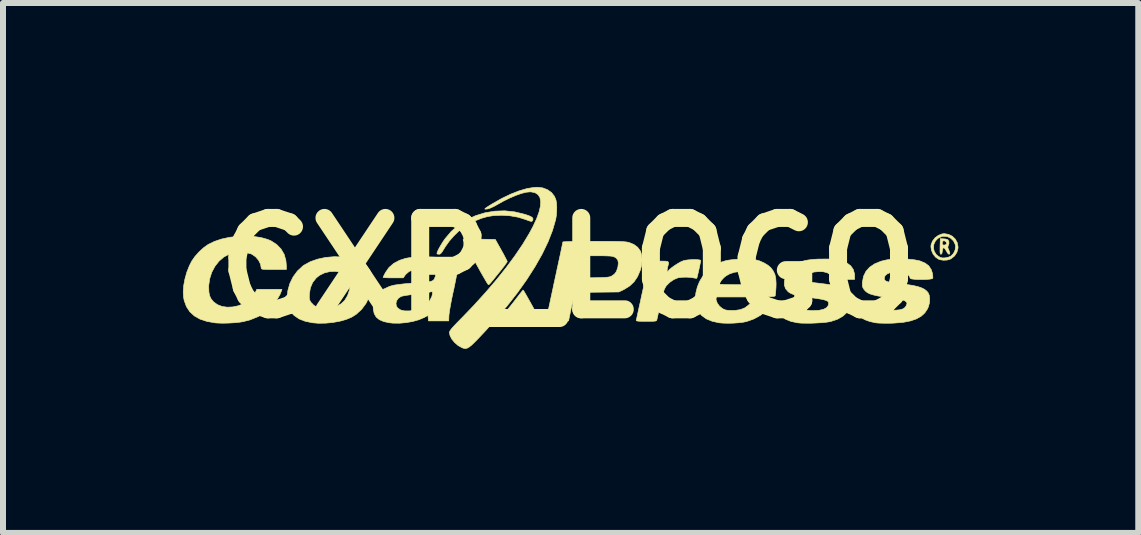
<source format=kicad_pcb>
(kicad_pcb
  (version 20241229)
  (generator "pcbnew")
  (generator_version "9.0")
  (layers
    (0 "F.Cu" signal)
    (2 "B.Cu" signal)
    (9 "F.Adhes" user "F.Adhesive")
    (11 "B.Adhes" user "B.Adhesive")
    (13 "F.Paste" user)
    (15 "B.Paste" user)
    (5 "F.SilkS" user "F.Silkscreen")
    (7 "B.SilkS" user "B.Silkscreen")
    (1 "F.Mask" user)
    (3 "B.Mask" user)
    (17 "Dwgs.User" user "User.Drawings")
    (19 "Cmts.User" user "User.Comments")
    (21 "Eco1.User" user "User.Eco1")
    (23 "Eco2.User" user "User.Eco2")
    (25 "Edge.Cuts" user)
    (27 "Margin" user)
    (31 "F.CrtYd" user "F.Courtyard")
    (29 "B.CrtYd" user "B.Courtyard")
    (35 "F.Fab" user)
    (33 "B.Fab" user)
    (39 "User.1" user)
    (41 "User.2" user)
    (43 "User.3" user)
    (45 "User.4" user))
  (footprint "CXP_LOGO"
    (layer "F.Cu")
    (at 6.424 1.418)
    (property "Reference" "CXP_LOGO" (at 0 0 0) (layer "F.SilkS") (effects (font (size 1.524 1.524) (thickness 0.3))))
    (attr through_hole)
    (fp_poly (pts (xy -0.743 0.379) (xy -0.725 0.409) (xy -0.7 0.452) (xy -0.669 0.507) (xy -0.634 0.569) (xy -0.598 0.634) (xy -0.563 0.698) (xy -0.531 0.757) (xy -0.504 0.808) (xy -0.484 0.847) (xy -0.473 0.87) (xy -0.472 0.873) (xy -0.476 0.878) (xy -0.491 0.883) (xy -0.521 0.886) (xy -0.569 0.888) (xy -0.636 0.889) (xy -0.726 0.889) (xy -0.734 0.889) (xy -1.001 0.889) (xy -1.034 0.833) (xy -1.053 0.799) (xy -1.065 0.775) (xy -1.067 0.769) (xy -1.059 0.756) (xy -1.039 0.729) (xy -1.009 0.691) (xy -0.986 0.663) (xy -0.94 0.606) (xy -0.889 0.541) (xy -0.842 0.48) (xy -0.832 0.467) (xy -0.8 0.425) (xy -0.773 0.392) (xy -0.756 0.372) (xy -0.751 0.369) (xy -0.743 0.379)) (stroke (width 0.01) (type solid)) (fill yes) (layer "F.SilkS"))
    (fp_poly (pts (xy -1.512 -0.48) (xy -1.484 -0.48) (xy -1.216 -0.476) (xy -1.116 -0.298) (xy -1.082 -0.237) (xy -1.054 -0.184) (xy -1.032 -0.141) (xy -1.019 -0.115) (xy -1.016 -0.107) (xy -1.024 -0.093) (xy -1.045 -0.063) (xy -1.076 -0.021) (xy -1.115 0.029) (xy -1.133 0.052) (xy -1.193 0.126) (xy -1.238 0.182) (xy -1.272 0.223) (xy -1.296 0.251) (xy -1.312 0.268) (xy -1.323 0.277) (xy -1.33 0.279) (xy -1.33 0.279) (xy -1.339 0.269) (xy -1.359 0.239) (xy -1.386 0.193) (xy -1.421 0.133) (xy -1.461 0.063) (xy -1.493 0.005) (xy -1.539 -0.078) (xy -1.584 -0.159) (xy -1.625 -0.234) (xy -1.661 -0.298) (xy -1.688 -0.348) (xy -1.698 -0.366) (xy -1.723 -0.411) (xy -1.741 -0.447) (xy -1.751 -0.47) (xy -1.752 -0.473) (xy -1.74 -0.476) (xy -1.707 -0.478) (xy -1.655 -0.48) (xy -1.589 -0.48) (xy -1.512 -0.48)) (stroke (width 0.01) (type solid)) (fill yes) (layer "F.SilkS"))
    (fp_poly (pts (xy 6.259 -0.486) (xy 6.297 -0.482) (xy 6.327 -0.472) (xy 6.332 -0.469) (xy 6.347 -0.442) (xy 6.348 -0.405) (xy 6.336 -0.371) (xy 6.329 -0.347) (xy 6.337 -0.318) (xy 6.342 -0.308) (xy 6.356 -0.275) (xy 6.363 -0.25) (xy 6.363 -0.248) (xy 6.357 -0.23) (xy 6.343 -0.231) (xy 6.324 -0.25) (xy 6.305 -0.283) (xy 6.287 -0.315) (xy 6.268 -0.334) (xy 6.261 -0.337) (xy 6.247 -0.327) (xy 6.239 -0.295) (xy 6.238 -0.283) (xy 6.232 -0.245) (xy 6.219 -0.229) (xy 6.215 -0.229) (xy 6.207 -0.233) (xy 6.202 -0.247) (xy 6.199 -0.277) (xy 6.2 -0.325) (xy 6.2 -0.359) (xy 6.202 -0.413) (xy 6.236 -0.413) (xy 6.241 -0.389) (xy 6.261 -0.381) (xy 6.268 -0.381) (xy 6.295 -0.388) (xy 6.308 -0.401) (xy 6.306 -0.426) (xy 6.288 -0.446) (xy 6.264 -0.455) (xy 6.256 -0.453) (xy 6.24 -0.436) (xy 6.236 -0.413) (xy 6.202 -0.413) (xy 6.204 -0.489) (xy 6.259 -0.486)) (stroke (width 0.01) (type solid)) (fill yes) (layer "F.SilkS"))
    (fp_poly (pts (xy -0.891 -0.935) (xy -0.726 -0.895) (xy -0.662 -0.874) (xy -0.62 -0.855) (xy -0.596 -0.838) (xy -0.587 -0.82) (xy -0.59 -0.802) (xy -0.597 -0.785) (xy -0.609 -0.777) (xy -0.629 -0.779) (xy -0.664 -0.79) (xy -0.708 -0.807) (xy -0.832 -0.846) (xy -0.968 -0.87) (xy -1.109 -0.879) (xy -1.246 -0.873) (xy -1.346 -0.857) (xy -1.447 -0.828) (xy -1.552 -0.786) (xy -1.653 -0.738) (xy -1.739 -0.685) (xy -1.743 -0.682) (xy -1.823 -0.617) (xy -1.905 -0.537) (xy -1.982 -0.449) (xy -2.045 -0.361) (xy -2.066 -0.328) (xy -2.096 -0.278) (xy -2.119 -0.247) (xy -2.138 -0.232) (xy -2.152 -0.229) (xy -2.178 -0.232) (xy -2.188 -0.236) (xy -2.187 -0.252) (xy -2.175 -0.284) (xy -2.153 -0.328) (xy -2.124 -0.379) (xy -2.091 -0.432) (xy -2.056 -0.484) (xy -2.056 -0.484) (xy -1.95 -0.609) (xy -1.827 -0.716) (xy -1.691 -0.804) (xy -1.544 -0.872) (xy -1.388 -0.92) (xy -1.225 -0.947) (xy -1.059 -0.953) (xy -0.891 -0.935)) (stroke (width 0.01) (type solid)) (fill yes) (layer "F.SilkS"))
    (fp_poly (pts (xy 6.342 -0.56) (xy 6.405 -0.529) (xy 6.454 -0.481) (xy 6.487 -0.421) (xy 6.5 -0.352) (xy 6.499 -0.327) (xy 6.481 -0.261) (xy 6.442 -0.201) (xy 6.386 -0.156) (xy 6.374 -0.149) (xy 6.319 -0.132) (xy 6.255 -0.129) (xy 6.194 -0.139) (xy 6.178 -0.145) (xy 6.126 -0.18) (xy 6.084 -0.232) (xy 6.057 -0.294) (xy 6.05 -0.338) (xy 6.09 -0.338) (xy 6.102 -0.28) (xy 6.134 -0.227) (xy 6.17 -0.196) (xy 6.205 -0.175) (xy 6.24 -0.167) (xy 6.281 -0.168) (xy 6.34 -0.18) (xy 6.385 -0.201) (xy 6.425 -0.243) (xy 6.451 -0.299) (xy 6.459 -0.358) (xy 6.453 -0.392) (xy 6.424 -0.452) (xy 6.378 -0.496) (xy 6.322 -0.523) (xy 6.26 -0.529) (xy 6.225 -0.523) (xy 6.165 -0.494) (xy 6.123 -0.45) (xy 6.097 -0.396) (xy 6.09 -0.338) (xy 6.05 -0.338) (xy 6.048 -0.358) (xy 6.05 -0.385) (xy 6.074 -0.447) (xy 6.116 -0.502) (xy 6.171 -0.543) (xy 6.234 -0.568) (xy 6.271 -0.572) (xy 6.342 -0.56)) (stroke (width 0.01) (type solid)) (fill yes) (layer "F.SilkS"))
    (fp_poly (pts (xy -3.754 -0.183) (xy -3.729 -0.181) (xy -3.608 -0.161) (xy -3.508 -0.131) (xy -3.427 -0.09) (xy -3.363 -0.035) (xy -3.312 0.033) (xy -3.31 0.038) (xy -3.291 0.073) (xy -3.279 0.103) (xy -3.273 0.136) (xy -3.271 0.18) (xy -3.271 0.229) (xy -3.283 0.358) (xy -3.317 0.48) (xy -3.372 0.592) (xy -3.445 0.69) (xy -3.536 0.773) (xy -3.615 0.822) (xy -3.701 0.858) (xy -3.805 0.887) (xy -3.92 0.908) (xy -4.042 0.92) (xy -4.162 0.922) (xy -4.262 0.914) (xy -4.384 0.889) (xy -4.487 0.849) (xy -4.57 0.792) (xy -4.619 0.739) (xy -4.653 0.685) (xy -4.674 0.628) (xy -4.684 0.56) (xy -4.686 0.503) (xy -4.684 0.483) (xy -4.317 0.483) (xy -4.315 0.518) (xy -4.306 0.544) (xy -4.291 0.57) (xy -4.291 0.571) (xy -4.242 0.622) (xy -4.177 0.66) (xy -4.136 0.674) (xy -4.079 0.681) (xy -4.009 0.677) (xy -3.937 0.665) (xy -3.872 0.645) (xy -3.861 0.64) (xy -3.785 0.596) (xy -3.727 0.541) (xy -3.683 0.468) (xy -3.677 0.455) (xy -3.647 0.369) (xy -3.636 0.289) (xy -3.644 0.216) (xy -3.669 0.156) (xy -3.712 0.11) (xy -3.723 0.102) (xy -3.801 0.069) (xy -3.888 0.056) (xy -3.978 0.061) (xy -4.067 0.083) (xy -4.147 0.123) (xy -4.202 0.167) (xy -4.261 0.242) (xy -4.299 0.331) (xy -4.315 0.432) (xy -4.317 0.483) (xy -4.684 0.483) (xy -4.675 0.379) (xy -4.641 0.259) (xy -4.587 0.149) (xy -4.515 0.051) (xy -4.427 -0.031) (xy -4.407 -0.046) (xy -4.301 -0.104) (xy -4.179 -0.147) (xy -4.044 -0.176) (xy -3.901 -0.188) (xy -3.754 -0.183)) (stroke (width 0.01) (type solid)) (fill yes) (layer "F.SilkS"))
    (fp_poly (pts (xy -0.424 -1.335) (xy -0.344 -1.304) (xy -0.278 -1.257) (xy -0.229 -1.194) (xy -0.204 -1.133) (xy -0.195 -1.082) (xy -0.191 -1.014) (xy -0.193 -0.939) (xy -0.199 -0.867) (xy -0.209 -0.806) (xy -0.262 -0.625) (xy -0.337 -0.433) (xy -0.434 -0.232) (xy -0.552 -0.024) (xy -0.689 0.191) (xy -0.846 0.412) (xy -1.022 0.637) (xy -1.216 0.866) (xy -1.369 1.037) (xy -1.451 1.124) (xy -1.518 1.195) (xy -1.572 1.249) (xy -1.615 1.29) (xy -1.651 1.318) (xy -1.68 1.335) (xy -1.705 1.342) (xy -1.729 1.342) (xy -1.754 1.336) (xy -1.777 1.326) (xy -1.839 1.291) (xy -1.894 1.242) (xy -1.94 1.187) (xy -1.97 1.129) (xy -1.981 1.075) (xy -1.981 1.075) (xy -1.977 1.06) (xy -1.964 1.038) (xy -1.94 1.007) (xy -1.903 0.966) (xy -1.851 0.911) (xy -1.783 0.842) (xy -1.783 0.842) (xy -1.574 0.625) (xy -1.379 0.41) (xy -1.198 0.199) (xy -1.034 -0.006) (xy -0.887 -0.205) (xy -0.758 -0.395) (xy -0.649 -0.576) (xy -0.586 -0.693) (xy -0.527 -0.821) (xy -0.486 -0.933) (xy -0.463 -1.03) (xy -0.459 -1.111) (xy -0.472 -1.176) (xy -0.504 -1.224) (xy -0.553 -1.255) (xy -0.621 -1.269) (xy -0.636 -1.269) (xy -0.7 -1.263) (xy -0.78 -1.243) (xy -0.873 -1.21) (xy -0.974 -1.167) (xy -1.08 -1.115) (xy -1.174 -1.062) (xy -1.236 -1.028) (xy -1.293 -1.001) (xy -1.338 -0.986) (xy -1.346 -0.984) (xy -1.375 -0.981) (xy -1.389 -0.982) (xy -1.388 -0.989) (xy -1.369 -1.004) (xy -1.331 -1.029) (xy -1.273 -1.065) (xy -1.264 -1.07) (xy -1.108 -1.159) (xy -0.958 -1.231) (xy -0.817 -1.286) (xy -0.687 -1.324) (xy -0.57 -1.343) (xy -0.514 -1.346) (xy -0.424 -1.335)) (stroke (width 0.01) (type solid)) (fill yes) (layer "F.SilkS"))
    (fp_poly (pts (xy -5.246 -0.526) (xy -5.122 -0.507) (xy -5.011 -0.476) (xy -4.953 -0.451) (xy -4.861 -0.391) (xy -4.788 -0.316) (xy -4.736 -0.227) (xy -4.707 -0.125) (xy -4.699 -0.035) (xy -4.699 0.025) (xy -4.909 0.025) (xy -4.986 0.025) (xy -5.042 0.024) (xy -5.08 0.022) (xy -5.102 0.019) (xy -5.114 0.014) (xy -5.118 0.007) (xy -5.118 0.003) (xy -5.13 -0.064) (xy -5.163 -0.129) (xy -5.211 -0.185) (xy -5.272 -0.228) (xy -5.294 -0.237) (xy -5.357 -0.253) (xy -5.434 -0.26) (xy -5.517 -0.258) (xy -5.595 -0.247) (xy -5.652 -0.231) (xy -5.742 -0.183) (xy -5.822 -0.114) (xy -5.889 -0.029) (xy -5.942 0.069) (xy -5.977 0.177) (xy -5.994 0.291) (xy -5.994 0.323) (xy -5.991 0.402) (xy -5.979 0.463) (xy -5.956 0.513) (xy -5.92 0.557) (xy -5.914 0.564) (xy -5.849 0.612) (xy -5.771 0.642) (xy -5.685 0.654) (xy -5.595 0.65) (xy -5.504 0.631) (xy -5.417 0.598) (xy -5.339 0.551) (xy -5.273 0.491) (xy -5.223 0.42) (xy -5.219 0.412) (xy -5.192 0.356) (xy -4.773 0.356) (xy -4.782 0.384) (xy -4.806 0.443) (xy -4.845 0.511) (xy -4.891 0.58) (xy -4.942 0.641) (xy -4.946 0.645) (xy -5.046 0.735) (xy -5.164 0.808) (xy -5.299 0.863) (xy -5.42 0.895) (xy -5.49 0.906) (xy -5.577 0.914) (xy -5.671 0.919) (xy -5.763 0.921) (xy -5.846 0.918) (xy -5.888 0.915) (xy -6.023 0.891) (xy -6.139 0.853) (xy -6.234 0.799) (xy -6.309 0.73) (xy -6.365 0.646) (xy -6.402 0.545) (xy -6.413 0.49) (xy -6.419 0.398) (xy -6.411 0.293) (xy -6.39 0.181) (xy -6.358 0.068) (xy -6.316 -0.038) (xy -6.277 -0.114) (xy -6.223 -0.192) (xy -6.153 -0.27) (xy -6.076 -0.34) (xy -6.003 -0.392) (xy -5.9 -0.442) (xy -5.781 -0.482) (xy -5.652 -0.51) (xy -5.516 -0.527) (xy -5.379 -0.532) (xy -5.246 -0.526)) (stroke (width 0.01) (type solid)) (fill yes) (layer "F.SilkS"))
    (fp_poly (pts (xy 2.166 -0.137) (xy 2.198 -0.132) (xy 2.21 -0.124) (xy 2.21 -0.124) (xy 2.207 -0.105) (xy 2.2 -0.07) (xy 2.19 -0.023) (xy 2.179 0.03) (xy 2.167 0.082) (xy 2.156 0.127) (xy 2.148 0.159) (xy 2.143 0.172) (xy 2.13 0.172) (xy 2.1 0.167) (xy 2.089 0.165) (xy 2.034 0.157) (xy 1.969 0.153) (xy 1.903 0.155) (xy 1.847 0.161) (xy 1.828 0.165) (xy 1.761 0.193) (xy 1.696 0.237) (xy 1.642 0.29) (xy 1.626 0.312) (xy 1.612 0.338) (xy 1.598 0.369) (xy 1.584 0.409) (xy 1.57 0.461) (xy 1.553 0.528) (xy 1.533 0.613) (xy 1.51 0.718) (xy 1.499 0.772) (xy 1.488 0.819) (xy 1.481 0.852) (xy 1.479 0.86) (xy 1.476 0.872) (xy 1.468 0.88) (xy 1.453 0.885) (xy 1.426 0.888) (xy 1.382 0.889) (xy 1.318 0.889) (xy 1.301 0.889) (xy 1.232 0.889) (xy 1.184 0.888) (xy 1.155 0.885) (xy 1.139 0.881) (xy 1.134 0.874) (xy 1.135 0.867) (xy 1.14 0.848) (xy 1.149 0.809) (xy 1.161 0.752) (xy 1.176 0.683) (xy 1.193 0.604) (xy 1.201 0.572) (xy 1.221 0.475) (xy 1.244 0.372) (xy 1.266 0.271) (xy 1.286 0.178) (xy 1.303 0.102) (xy 1.318 0.035) (xy 1.33 -0.024) (xy 1.34 -0.07) (xy 1.345 -0.098) (xy 1.346 -0.104) (xy 1.358 -0.108) (xy 1.391 -0.111) (xy 1.439 -0.113) (xy 1.499 -0.114) (xy 1.511 -0.114) (xy 1.581 -0.114) (xy 1.628 -0.113) (xy 1.657 -0.108) (xy 1.671 -0.097) (xy 1.673 -0.077) (xy 1.667 -0.047) (xy 1.658 -0.016) (xy 1.651 0.024) (xy 1.65 0.051) (xy 1.656 0.061) (xy 1.668 0.052) (xy 1.673 0.044) (xy 1.694 0.021) (xy 1.731 -0.009) (xy 1.778 -0.043) (xy 1.829 -0.075) (xy 1.877 -0.102) (xy 1.917 -0.119) (xy 1.922 -0.121) (xy 1.963 -0.13) (xy 2.014 -0.136) (xy 2.069 -0.139) (xy 2.122 -0.14) (xy 2.166 -0.137)) (stroke (width 0.01) (type solid)) (fill yes) (layer "F.SilkS"))
    (fp_poly (pts (xy 4.462 -0.138) (xy 4.567 -0.115) (xy 4.65 -0.081) (xy 4.712 -0.034) (xy 4.753 0.025) (xy 4.773 0.096) (xy 4.775 0.133) (xy 4.775 0.191) (xy 4.407 0.191) (xy 4.388 0.146) (xy 4.361 0.105) (xy 4.316 0.078) (xy 4.253 0.063) (xy 4.182 0.06) (xy 4.1 0.067) (xy 4.036 0.088) (xy 3.992 0.12) (xy 3.978 0.143) (xy 3.969 0.183) (xy 3.983 0.214) (xy 4.016 0.233) (xy 4.039 0.237) (xy 4.081 0.243) (xy 4.138 0.25) (xy 4.204 0.258) (xy 4.223 0.26) (xy 4.347 0.276) (xy 4.449 0.293) (xy 4.53 0.312) (xy 4.594 0.334) (xy 4.643 0.359) (xy 4.679 0.389) (xy 4.705 0.424) (xy 4.709 0.432) (xy 4.729 0.488) (xy 4.732 0.546) (xy 4.716 0.614) (xy 4.698 0.66) (xy 4.651 0.738) (xy 4.582 0.802) (xy 4.494 0.853) (xy 4.385 0.89) (xy 4.359 0.896) (xy 4.303 0.905) (xy 4.229 0.912) (xy 4.143 0.917) (xy 4.054 0.921) (xy 3.967 0.921) (xy 3.89 0.92) (xy 3.83 0.915) (xy 3.824 0.914) (xy 3.714 0.891) (xy 3.626 0.856) (xy 3.561 0.809) (xy 3.517 0.749) (xy 3.495 0.677) (xy 3.493 0.635) (xy 3.493 0.571) (xy 3.678 0.574) (xy 3.864 0.578) (xy 3.878 0.622) (xy 3.899 0.661) (xy 3.933 0.688) (xy 3.985 0.704) (xy 4.057 0.711) (xy 4.088 0.711) (xy 4.184 0.706) (xy 4.258 0.689) (xy 4.309 0.662) (xy 4.337 0.623) (xy 4.343 0.588) (xy 4.34 0.57) (xy 4.327 0.555) (xy 4.302 0.542) (xy 4.262 0.53) (xy 4.204 0.518) (xy 4.126 0.506) (xy 4.051 0.496) (xy 3.947 0.481) (xy 3.864 0.468) (xy 3.799 0.454) (xy 3.75 0.44) (xy 3.711 0.424) (xy 3.681 0.406) (xy 3.664 0.392) (xy 3.623 0.343) (xy 3.604 0.285) (xy 3.606 0.215) (xy 3.609 0.198) (xy 3.639 0.104) (xy 3.687 0.026) (xy 3.754 -0.036) (xy 3.815 -0.072) (xy 3.873 -0.099) (xy 3.931 -0.119) (xy 3.995 -0.132) (xy 4.071 -0.142) (xy 4.166 -0.148) (xy 4.185 -0.148) (xy 4.334 -0.149) (xy 4.462 -0.138)) (stroke (width 0.01) (type solid)) (fill yes) (layer "F.SilkS"))
    (fp_poly (pts (xy 3.003 -0.149) (xy 3.072 -0.146) (xy 3.105 -0.141) (xy 3.187 -0.119) (xy 3.266 -0.084) (xy 3.335 -0.042) (xy 3.384 0.002) (xy 3.421 0.054) (xy 3.447 0.11) (xy 3.461 0.176) (xy 3.466 0.256) (xy 3.465 0.317) (xy 3.461 0.374) (xy 3.457 0.422) (xy 3.453 0.456) (xy 3.45 0.467) (xy 3.44 0.471) (xy 3.417 0.475) (xy 3.378 0.478) (xy 3.322 0.48) (xy 3.246 0.481) (xy 3.15 0.482) (xy 3.03 0.483) (xy 2.95 0.483) (xy 2.46 0.483) (xy 2.467 0.535) (xy 2.486 0.588) (xy 2.523 0.637) (xy 2.572 0.678) (xy 2.622 0.7) (xy 2.66 0.706) (xy 2.713 0.709) (xy 2.769 0.709) (xy 2.776 0.709) (xy 2.871 0.695) (xy 2.948 0.664) (xy 3.01 0.616) (xy 3.015 0.611) (xy 3.026 0.6) (xy 3.041 0.593) (xy 3.063 0.588) (xy 3.097 0.586) (xy 3.147 0.584) (xy 3.218 0.584) (xy 3.405 0.584) (xy 3.363 0.643) (xy 3.293 0.722) (xy 3.203 0.791) (xy 3.097 0.849) (xy 2.98 0.891) (xy 2.965 0.895) (xy 2.909 0.906) (xy 2.836 0.914) (xy 2.752 0.92) (xy 2.668 0.922) (xy 2.589 0.92) (xy 2.525 0.915) (xy 2.521 0.915) (xy 2.402 0.889) (xy 2.304 0.849) (xy 2.227 0.794) (xy 2.171 0.725) (xy 2.135 0.641) (xy 2.121 0.544) (xy 2.121 0.526) (xy 2.128 0.418) (xy 2.153 0.318) (xy 2.173 0.268) (xy 2.522 0.268) (xy 2.536 0.272) (xy 2.572 0.274) (xy 2.626 0.277) (xy 2.695 0.278) (xy 2.775 0.279) (xy 2.833 0.279) (xy 3.137 0.279) (xy 3.137 0.243) (xy 3.125 0.194) (xy 3.093 0.147) (xy 3.045 0.106) (xy 3.019 0.09) (xy 2.945 0.067) (xy 2.861 0.06) (xy 2.774 0.071) (xy 2.691 0.098) (xy 2.628 0.134) (xy 2.595 0.162) (xy 2.564 0.195) (xy 2.538 0.228) (xy 2.523 0.255) (xy 2.522 0.268) (xy 2.173 0.268) (xy 2.194 0.219) (xy 2.257 0.117) (xy 2.341 0.028) (xy 2.442 -0.045) (xy 2.558 -0.1) (xy 2.623 -0.12) (xy 2.679 -0.131) (xy 2.752 -0.14) (xy 2.836 -0.146) (xy 2.922 -0.15) (xy 3.003 -0.149)) (stroke (width 0.01) (type solid)) (fill yes) (layer "F.SilkS"))
    (fp_poly (pts (xy 0.561 -0.444) (xy 0.671 -0.444) (xy 0.761 -0.443) (xy 0.833 -0.442) (xy 0.89 -0.44) (xy 0.934 -0.437) (xy 0.968 -0.434) (xy 0.995 -0.429) (xy 1.017 -0.424) (xy 1.095 -0.392) (xy 1.159 -0.344) (xy 1.203 -0.284) (xy 1.208 -0.274) (xy 1.226 -0.209) (xy 1.232 -0.13) (xy 1.224 -0.046) (xy 1.203 0.036) (xy 1.202 0.038) (xy 1.156 0.145) (xy 1.098 0.231) (xy 1.025 0.3) (xy 0.935 0.356) (xy 0.927 0.36) (xy 0.845 0.4) (xy 0.483 0.404) (xy 0.389 0.405) (xy 0.304 0.407) (xy 0.23 0.409) (xy 0.171 0.412) (xy 0.131 0.415) (xy 0.111 0.417) (xy 0.11 0.418) (xy 0.105 0.433) (xy 0.095 0.469) (xy 0.082 0.522) (xy 0.068 0.587) (xy 0.053 0.655) (xy 0.006 0.883) (xy -0.181 0.886) (xy -0.257 0.887) (xy -0.311 0.886) (xy -0.345 0.884) (xy -0.363 0.88) (xy -0.368 0.873) (xy -0.365 0.851) (xy -0.358 0.817) (xy -0.355 0.806) (xy -0.349 0.778) (xy -0.338 0.729) (xy -0.324 0.666) (xy -0.308 0.593) (xy -0.293 0.521) (xy -0.276 0.442) (xy -0.255 0.345) (xy -0.232 0.236) (xy -0.213 0.15) (xy 0.165 0.15) (xy 0.169 0.156) (xy 0.183 0.16) (xy 0.21 0.163) (xy 0.252 0.164) (xy 0.314 0.164) (xy 0.397 0.163) (xy 0.422 0.163) (xy 0.513 0.161) (xy 0.582 0.159) (xy 0.633 0.156) (xy 0.67 0.152) (xy 0.697 0.146) (xy 0.717 0.139) (xy 0.724 0.135) (xy 0.771 0.102) (xy 0.804 0.058) (xy 0.825 -0.004) (xy 0.829 -0.019) (xy 0.836 -0.082) (xy 0.828 -0.129) (xy 0.802 -0.163) (xy 0.775 -0.181) (xy 0.755 -0.189) (xy 0.731 -0.195) (xy 0.698 -0.199) (xy 0.652 -0.201) (xy 0.59 -0.203) (xy 0.506 -0.203) (xy 0.486 -0.203) (xy 0.242 -0.203) (xy 0.23 -0.156) (xy 0.219 -0.114) (xy 0.207 -0.062) (xy 0.195 -0.005) (xy 0.183 0.051) (xy 0.173 0.1) (xy 0.167 0.135) (xy 0.165 0.15) (xy -0.213 0.15) (xy -0.207 0.122) (xy -0.183 0.009) (xy -0.166 -0.069) (xy -0.146 -0.161) (xy -0.128 -0.244) (xy -0.113 -0.316) (xy -0.101 -0.374) (xy -0.093 -0.414) (xy -0.089 -0.433) (xy -0.089 -0.434) (xy -0.077 -0.436) (xy -0.042 -0.438) (xy 0.013 -0.44) (xy 0.086 -0.442) (xy 0.173 -0.443) (xy 0.272 -0.444) (xy 0.381 -0.444) (xy 0.428 -0.445) (xy 0.561 -0.444)) (stroke (width 0.01) (type solid)) (fill yes) (layer "F.SilkS"))
    (fp_poly (pts (xy -2.314 -0.183) (xy -2.23 -0.18) (xy -2.159 -0.174) (xy -2.115 -0.167) (xy -2.024 -0.139) (xy -1.951 -0.099) (xy -1.897 -0.049) (xy -1.864 0.009) (xy -1.854 0.066) (xy -1.857 0.091) (xy -1.864 0.136) (xy -1.876 0.199) (xy -1.891 0.273) (xy -1.908 0.356) (xy -1.92 0.408) (xy -1.939 0.497) (xy -1.956 0.584) (xy -1.97 0.662) (xy -1.981 0.729) (xy -1.987 0.777) (xy -1.989 0.794) (xy -1.992 0.883) (xy -2.33 0.883) (xy -2.334 0.837) (xy -2.338 0.791) (xy -2.406 0.827) (xy -2.489 0.863) (xy -2.589 0.891) (xy -2.699 0.911) (xy -2.813 0.921) (xy -2.922 0.92) (xy -2.979 0.914) (xy -3.075 0.894) (xy -3.149 0.862) (xy -3.202 0.818) (xy -3.235 0.76) (xy -3.25 0.687) (xy -3.251 0.658) (xy -3.243 0.591) (xy -2.872 0.591) (xy -2.864 0.637) (xy -2.842 0.669) (xy -2.793 0.701) (xy -2.726 0.716) (xy -2.643 0.716) (xy -2.547 0.699) (xy -2.521 0.692) (xy -2.437 0.658) (xy -2.366 0.609) (xy -2.31 0.547) (xy -2.274 0.478) (xy -2.265 0.439) (xy -2.261 0.41) (xy -2.268 0.397) (xy -2.288 0.397) (xy -2.324 0.406) (xy -2.353 0.412) (xy -2.401 0.42) (xy -2.462 0.428) (xy -2.531 0.435) (xy -2.556 0.438) (xy -2.626 0.446) (xy -2.69 0.455) (xy -2.743 0.464) (xy -2.778 0.472) (xy -2.785 0.474) (xy -2.831 0.504) (xy -2.86 0.545) (xy -2.872 0.591) (xy -3.243 0.591) (xy -3.24 0.562) (xy -3.208 0.48) (xy -3.156 0.411) (xy -3.081 0.354) (xy -2.985 0.31) (xy -2.948 0.298) (xy -2.894 0.285) (xy -2.817 0.274) (xy -2.719 0.263) (xy -2.604 0.254) (xy -2.496 0.247) (xy -2.409 0.242) (xy -2.344 0.235) (xy -2.297 0.226) (xy -2.265 0.215) (xy -2.243 0.199) (xy -2.229 0.178) (xy -2.211 0.128) (xy -2.215 0.088) (xy -2.242 0.057) (xy -2.291 0.035) (xy -2.365 0.02) (xy -2.386 0.018) (xy -2.494 0.015) (xy -2.583 0.029) (xy -2.655 0.06) (xy -2.709 0.107) (xy -2.724 0.127) (xy -2.75 0.165) (xy -2.918 0.165) (xy -2.98 0.165) (xy -3.032 0.163) (xy -3.068 0.161) (xy -3.085 0.158) (xy -3.086 0.157) (xy -3.081 0.143) (xy -3.066 0.113) (xy -3.046 0.075) (xy -2.988 -0.008) (xy -2.911 -0.075) (xy -2.814 -0.127) (xy -2.709 -0.161) (xy -2.655 -0.17) (xy -2.582 -0.177) (xy -2.496 -0.182) (xy -2.405 -0.184) (xy -2.314 -0.183)) (stroke (width 0.01) (type solid)) (fill yes) (layer "F.SilkS"))
    (fp_poly (pts (xy 5.584 -0.151) (xy 5.682 -0.146) (xy 5.772 -0.136) (xy 5.848 -0.122) (xy 5.871 -0.115) (xy 5.953 -0.08) (xy 6.013 -0.034) (xy 6.052 0.026) (xy 6.071 0.082) (xy 6.078 0.125) (xy 6.08 0.158) (xy 6.078 0.172) (xy 6.064 0.18) (xy 6.03 0.186) (xy 5.982 0.19) (xy 5.925 0.192) (xy 5.866 0.192) (xy 5.808 0.191) (xy 5.759 0.187) (xy 5.722 0.182) (xy 5.703 0.174) (xy 5.702 0.172) (xy 5.691 0.14) (xy 5.661 0.108) (xy 5.618 0.081) (xy 5.569 0.064) (xy 5.567 0.064) (xy 5.5 0.058) (xy 5.434 0.062) (xy 5.373 0.076) (xy 5.322 0.097) (xy 5.288 0.124) (xy 5.276 0.146) (xy 5.271 0.174) (xy 5.274 0.196) (xy 5.287 0.212) (xy 5.314 0.226) (xy 5.357 0.237) (xy 5.419 0.247) (xy 5.503 0.258) (xy 5.526 0.26) (xy 5.648 0.276) (xy 5.748 0.292) (xy 5.828 0.31) (xy 5.89 0.331) (xy 5.939 0.355) (xy 5.976 0.384) (xy 6 0.411) (xy 6.02 0.456) (xy 6.027 0.516) (xy 6.023 0.583) (xy 6.005 0.649) (xy 5.991 0.681) (xy 5.945 0.75) (xy 5.883 0.806) (xy 5.804 0.85) (xy 5.706 0.883) (xy 5.588 0.906) (xy 5.448 0.918) (xy 5.391 0.921) (xy 5.316 0.922) (xy 5.243 0.921) (xy 5.179 0.919) (xy 5.131 0.915) (xy 5.121 0.913) (xy 5.026 0.892) (xy 4.944 0.862) (xy 4.88 0.824) (xy 4.859 0.805) (xy 4.821 0.752) (xy 4.797 0.689) (xy 4.789 0.627) (xy 4.79 0.615) (xy 4.794 0.578) (xy 4.982 0.574) (xy 5.054 0.573) (xy 5.105 0.573) (xy 5.138 0.574) (xy 5.157 0.578) (xy 5.166 0.583) (xy 5.169 0.592) (xy 5.169 0.596) (xy 5.177 0.621) (xy 5.197 0.653) (xy 5.206 0.663) (xy 5.243 0.705) (xy 5.393 0.705) (xy 5.476 0.703) (xy 5.538 0.696) (xy 5.582 0.682) (xy 5.613 0.661) (xy 5.635 0.631) (xy 5.641 0.618) (xy 5.649 0.59) (xy 5.643 0.572) (xy 5.628 0.558) (xy 5.612 0.547) (xy 5.59 0.538) (xy 5.56 0.529) (xy 5.516 0.52) (xy 5.458 0.51) (xy 5.38 0.498) (xy 5.281 0.484) (xy 5.271 0.483) (xy 5.171 0.468) (xy 5.093 0.451) (xy 5.033 0.433) (xy 4.988 0.411) (xy 4.954 0.384) (xy 4.93 0.355) (xy 4.912 0.325) (xy 4.905 0.295) (xy 4.904 0.255) (xy 4.906 0.235) (xy 4.924 0.139) (xy 4.965 0.056) (xy 5.027 -0.013) (xy 5.11 -0.069) (xy 5.215 -0.112) (xy 5.311 -0.135) (xy 5.391 -0.146) (xy 5.484 -0.151) (xy 5.584 -0.151)) (stroke (width 0.01) (type solid)) (fill yes) (layer "F.SilkS")))
  (gr_rect
    (start -3 -3)
    (end 15.929 5.836)
    (stroke (width 0.1) (type default))
    (fill no)
    (layer "Edge.Cuts")))
</source>
